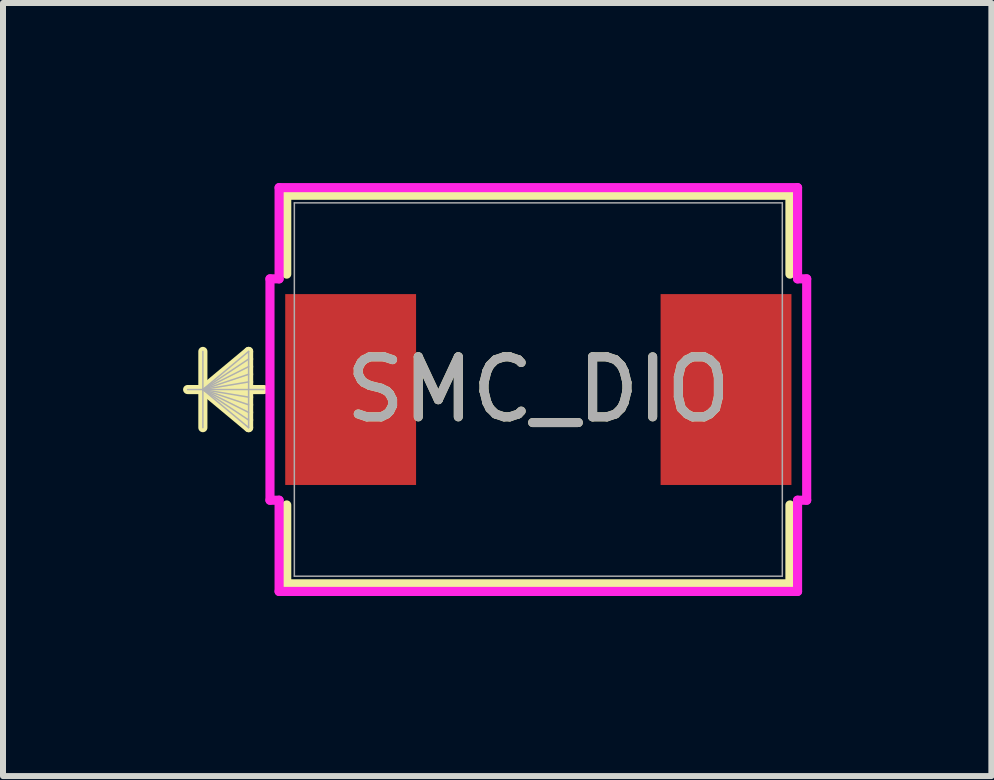
<source format=kicad_pcb>
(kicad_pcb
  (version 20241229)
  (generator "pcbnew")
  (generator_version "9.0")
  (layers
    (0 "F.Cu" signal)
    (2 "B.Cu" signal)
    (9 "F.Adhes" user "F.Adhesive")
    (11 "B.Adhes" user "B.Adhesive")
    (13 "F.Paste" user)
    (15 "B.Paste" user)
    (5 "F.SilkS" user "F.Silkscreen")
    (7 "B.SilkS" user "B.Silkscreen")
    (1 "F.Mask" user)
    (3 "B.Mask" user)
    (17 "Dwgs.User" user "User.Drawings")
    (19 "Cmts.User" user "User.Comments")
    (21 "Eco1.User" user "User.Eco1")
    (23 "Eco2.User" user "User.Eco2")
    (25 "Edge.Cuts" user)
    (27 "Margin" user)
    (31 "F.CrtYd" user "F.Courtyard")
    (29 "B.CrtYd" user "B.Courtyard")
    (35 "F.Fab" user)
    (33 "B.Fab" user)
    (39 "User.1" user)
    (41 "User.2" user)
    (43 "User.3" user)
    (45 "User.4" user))
  (footprint "SMC_DIO"
    (layer "F.Cu")
    (at 5.919 3.44)
    (property "Reference" "SMC_DIO" (at 0 0 0) (unlocked yes) (layer "F.SilkS") (effects (font (size 1 1) (thickness 0.15))))
    (attr smd)
    (fp_line (start -5.589 -0.635) (end -5.589 0.635) (stroke (width 0.152) (type solid)) (layer "F.SilkS"))
    (fp_line (start -5.589 0) (end -4.827 -0.635) (stroke (width 0.152) (type solid)) (layer "F.SilkS"))
    (fp_line (start -5.589 0) (end -4.827 -0.508) (stroke (width 0.152) (type solid)) (layer "F.SilkS"))
    (fp_line (start -5.589 0) (end -4.827 -0.381) (stroke (width 0.152) (type solid)) (layer "F.SilkS"))
    (fp_line (start -5.589 0) (end -4.827 -0.254) (stroke (width 0.152) (type solid)) (layer "F.SilkS"))
    (fp_line (start -5.589 0) (end -4.827 -0.127) (stroke (width 0.152) (type solid)) (layer "F.SilkS"))
    (fp_line (start -5.589 0) (end -4.827 0.127) (stroke (width 0.152) (type solid)) (layer "F.SilkS"))
    (fp_line (start -5.589 0) (end -4.827 0.254) (stroke (width 0.152) (type solid)) (layer "F.SilkS"))
    (fp_line (start -5.589 0) (end -4.827 0.381) (stroke (width 0.152) (type solid)) (layer "F.SilkS"))
    (fp_line (start -5.589 0) (end -4.827 0.508) (stroke (width 0.152) (type solid)) (layer "F.SilkS"))
    (fp_line (start -5.589 0) (end -4.827 0.635) (stroke (width 0.152) (type solid)) (layer "F.SilkS"))
    (fp_line (start -4.827 -0.635) (end -4.827 0.635) (stroke (width 0.152) (type solid)) (layer "F.SilkS"))
    (fp_line (start -4.573 0) (end -5.843 0) (stroke (width 0.152) (type solid)) (layer "F.SilkS"))
    (fp_line (start -4.192 -3.237) (end -4.192 -1.923) (stroke (width 0.152) (type solid)) (layer "F.SilkS"))
    (fp_line (start -4.192 1.923) (end -4.192 3.237) (stroke (width 0.152) (type solid)) (layer "F.SilkS"))
    (fp_line (start -4.192 3.237) (end 4.192 3.237) (stroke (width 0.152) (type solid)) (layer "F.SilkS"))
    (fp_line (start 4.192 -3.237) (end -4.192 -3.237) (stroke (width 0.152) (type solid)) (layer "F.SilkS"))
    (fp_line (start 4.192 -1.923) (end 4.192 -3.237) (stroke (width 0.152) (type solid)) (layer "F.SilkS"))
    (fp_line (start 4.192 3.237) (end 4.192 1.923) (stroke (width 0.152) (type solid)) (layer "F.SilkS"))
    (fp_line (start -4.471 -1.844) (end -4.319 -1.844) (stroke (width 0.152) (type solid)) (layer "F.CrtYd"))
    (fp_line (start -4.471 1.844) (end -4.471 -1.844) (stroke (width 0.152) (type solid)) (layer "F.CrtYd"))
    (fp_line (start -4.319 -3.364) (end 4.319 -3.364) (stroke (width 0.152) (type solid)) (layer "F.CrtYd"))
    (fp_line (start -4.319 -1.844) (end -4.319 -3.364) (stroke (width 0.152) (type solid)) (layer "F.CrtYd"))
    (fp_line (start -4.319 1.844) (end -4.471 1.844) (stroke (width 0.152) (type solid)) (layer "F.CrtYd"))
    (fp_line (start -4.319 3.364) (end -4.319 1.844) (stroke (width 0.152) (type solid)) (layer "F.CrtYd"))
    (fp_line (start 4.319 -3.364) (end 4.319 -1.844) (stroke (width 0.152) (type solid)) (layer "F.CrtYd"))
    (fp_line (start 4.319 -1.844) (end 4.471 -1.844) (stroke (width 0.152) (type solid)) (layer "F.CrtYd"))
    (fp_line (start 4.319 1.844) (end 4.319 3.364) (stroke (width 0.152) (type solid)) (layer "F.CrtYd"))
    (fp_line (start 4.319 3.364) (end -4.319 3.364) (stroke (width 0.152) (type solid)) (layer "F.CrtYd"))
    (fp_line (start 4.471 -1.844) (end 4.471 1.844) (stroke (width 0.152) (type solid)) (layer "F.CrtYd"))
    (fp_line (start 4.471 1.844) (end 4.319 1.844) (stroke (width 0.152) (type solid)) (layer "F.CrtYd"))
    (fp_line (start -5.589 -0.635) (end -5.589 0.635) (stroke (width 0.025) (type solid)) (layer "F.Fab"))
    (fp_line (start -5.589 0) (end -4.827 -0.635) (stroke (width 0.025) (type solid)) (layer "F.Fab"))
    (fp_line (start -5.589 0) (end -4.827 -0.508) (stroke (width 0.025) (type solid)) (layer "F.Fab"))
    (fp_line (start -5.589 0) (end -4.827 -0.381) (stroke (width 0.025) (type solid)) (layer "F.Fab"))
    (fp_line (start -5.589 0) (end -4.827 -0.254) (stroke (width 0.025) (type solid)) (layer "F.Fab"))
    (fp_line (start -5.589 0) (end -4.827 -0.127) (stroke (width 0.025) (type solid)) (layer "F.Fab"))
    (fp_line (start -5.589 0) (end -4.827 0.127) (stroke (width 0.025) (type solid)) (layer "F.Fab"))
    (fp_line (start -5.589 0) (end -4.827 0.254) (stroke (width 0.025) (type solid)) (layer "F.Fab"))
    (fp_line (start -5.589 0) (end -4.827 0.381) (stroke (width 0.025) (type solid)) (layer "F.Fab"))
    (fp_line (start -5.589 0) (end -4.827 0.508) (stroke (width 0.025) (type solid)) (layer "F.Fab"))
    (fp_line (start -5.589 0) (end -4.827 0.635) (stroke (width 0.025) (type solid)) (layer "F.Fab"))
    (fp_line (start -4.827 -0.635) (end -4.827 0.635) (stroke (width 0.025) (type solid)) (layer "F.Fab"))
    (fp_line (start -4.573 0) (end -5.843 0) (stroke (width 0.025) (type solid)) (layer "F.Fab"))
    (fp_line (start -4.065 -3.11) (end -4.065 3.11) (stroke (width 0.025) (type solid)) (layer "F.Fab"))
    (fp_line (start -4.065 3.11) (end 4.065 3.11) (stroke (width 0.025) (type solid)) (layer "F.Fab"))
    (fp_line (start 4.065 -3.11) (end -4.065 -3.11) (stroke (width 0.025) (type solid)) (layer "F.Fab"))
    (fp_line (start 4.065 3.11) (end 4.065 -3.11) (stroke (width 0.025) (type solid)) (layer "F.Fab"))
    (fp_text user "${REFERENCE}" (at 0 0 0) (unlocked yes) (layer "F.Fab") (effects (font (size 1 1) (thickness 0.15))))
    (pad "1" smd rect (at -3.127 0 90) (size 3.18 2.18) (layers "F.Cu" "F.Mask" "F.Paste"))
    (pad "2" smd rect (at 3.127 0 90) (size 3.18 2.18) (layers "F.Cu" "F.Mask" "F.Paste"))
    (zone (net_name "") (layer "F.Cu") (hatch full 0.508) (connect_pads) (min_thickness 0.254) (filled_areas_thickness no) (keepout (tracks not_allowed) (vias not_allowed) (pads allowed) (copperpour not_allowed) (footprints allowed)) (placement (enabled no)) (fill) (polygon (pts (xy 1.905 0.381) (xy 9.933 0.381) (xy 9.933 1.799) (xy 1.905 1.799))))
    (zone (net_name "") (layer "F.Cu") (hatch full 0.508) (connect_pads) (min_thickness 0.254) (filled_areas_thickness no) (keepout (tracks not_allowed) (vias not_allowed) (pads allowed) (copperpour not_allowed) (footprints allowed)) (placement (enabled no)) (fill) (polygon (pts (xy 1.905 5.081) (xy 9.933 5.081) (xy 9.933 6.499) (xy 1.905 6.499))))
    (zone (net_name "") (layer "F.Cu") (hatch full 0.508) (connect_pads) (min_thickness 0.254) (filled_areas_thickness no) (keepout (tracks not_allowed) (vias not_allowed) (pads allowed) (copperpour not_allowed) (footprints allowed)) (placement (enabled no)) (fill) (polygon (pts (xy 3.933 1.799) (xy 7.905 1.799) (xy 7.905 5.081) (xy 3.933 5.081)))))
  (gr_rect
    (start -3 -3)
    (end 13.467 9.88)
    (stroke (width 0.1) (type default))
    (fill no)
    (layer "Edge.Cuts")))
</source>
